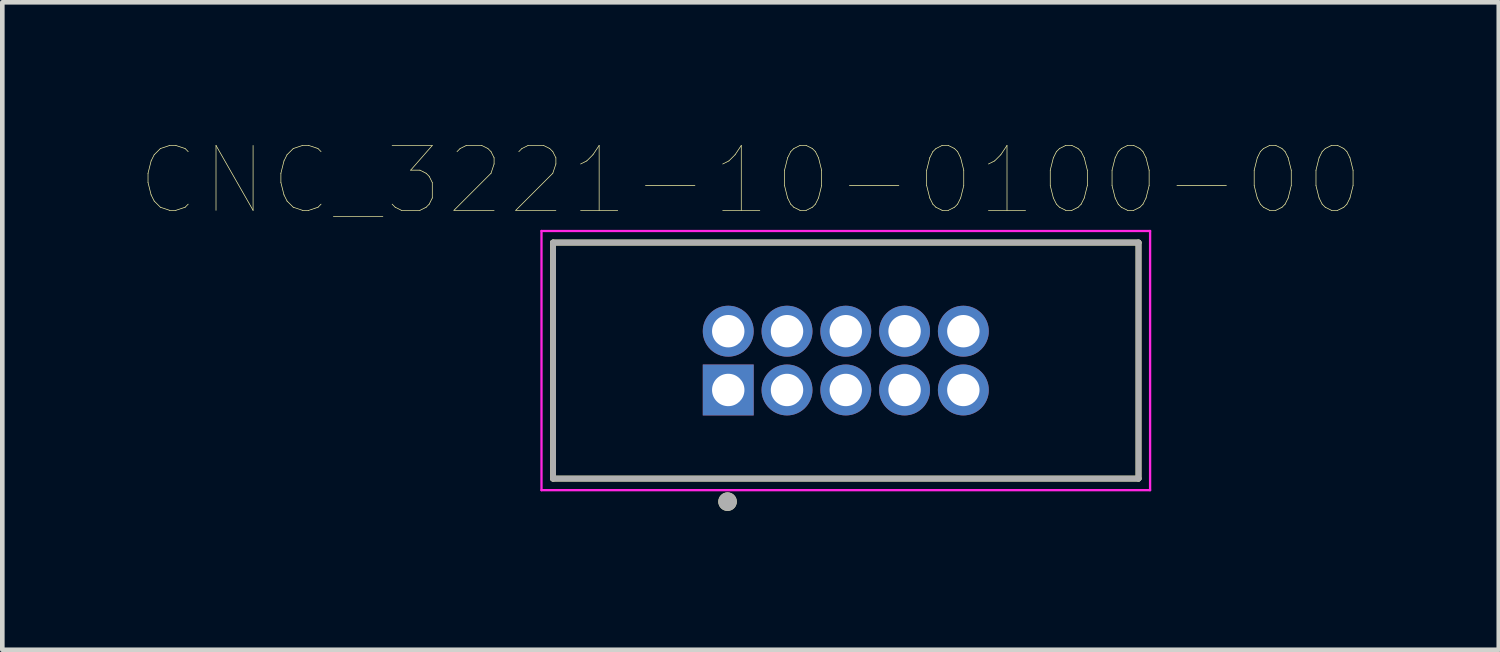
<source format=kicad_pcb>
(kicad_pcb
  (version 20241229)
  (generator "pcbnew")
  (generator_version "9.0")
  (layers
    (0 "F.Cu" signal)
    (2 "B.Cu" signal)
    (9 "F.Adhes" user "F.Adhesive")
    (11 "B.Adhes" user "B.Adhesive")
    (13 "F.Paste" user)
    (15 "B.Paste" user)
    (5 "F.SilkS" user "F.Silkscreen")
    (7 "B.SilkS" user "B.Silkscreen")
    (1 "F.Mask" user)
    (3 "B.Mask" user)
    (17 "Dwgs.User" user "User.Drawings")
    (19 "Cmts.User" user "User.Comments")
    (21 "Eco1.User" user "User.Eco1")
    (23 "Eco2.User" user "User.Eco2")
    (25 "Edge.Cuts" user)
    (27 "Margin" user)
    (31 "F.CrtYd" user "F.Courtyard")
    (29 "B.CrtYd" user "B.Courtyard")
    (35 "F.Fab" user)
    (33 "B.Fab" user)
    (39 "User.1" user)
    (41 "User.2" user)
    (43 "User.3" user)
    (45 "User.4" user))
  (footprint "CNC_3221-10-0100-00"
    (layer "F.Cu")
    (at 15.225 4.741)
    (property "Reference" "CNC_3221-10-0100-00" (at -2.058 -3.894 0) (layer "F.SilkS") (effects (font (size 1.402 1.402) (thickness 0.015))))
    (attr through_hole)
    (fp_line (start -6.325 -2.55) (end 6.325 -2.55) (stroke (width 0.127) (type solid)) (layer "F.SilkS"))
    (fp_line (start -6.325 2.55) (end -6.325 -2.55) (stroke (width 0.127) (type solid)) (layer "F.SilkS"))
    (fp_line (start 6.325 -2.55) (end 6.325 2.55) (stroke (width 0.127) (type solid)) (layer "F.SilkS"))
    (fp_line (start 6.325 2.55) (end -6.325 2.55) (stroke (width 0.127) (type solid)) (layer "F.SilkS"))
    (fp_circle (center -2.555 3.048) (end -2.455 3.048) (stroke (width 0.2) (type solid)) (fill no) (layer "F.SilkS"))
    (fp_line (start -6.575 -2.8) (end 6.575 -2.8) (stroke (width 0.05) (type solid)) (layer "F.CrtYd"))
    (fp_line (start -6.575 2.8) (end -6.575 -2.8) (stroke (width 0.05) (type solid)) (layer "F.CrtYd"))
    (fp_line (start 6.575 -2.8) (end 6.575 2.8) (stroke (width 0.05) (type solid)) (layer "F.CrtYd"))
    (fp_line (start 6.575 2.8) (end -6.575 2.8) (stroke (width 0.05) (type solid)) (layer "F.CrtYd"))
    (fp_line (start -6.325 -2.55) (end 6.325 -2.55) (stroke (width 0.127) (type solid)) (layer "F.Fab"))
    (fp_line (start -6.325 2.55) (end -6.325 -2.55) (stroke (width 0.127) (type solid)) (layer "F.Fab"))
    (fp_line (start 6.325 -2.55) (end 6.325 2.55) (stroke (width 0.127) (type solid)) (layer "F.Fab"))
    (fp_line (start 6.325 2.55) (end -6.325 2.55) (stroke (width 0.127) (type solid)) (layer "F.Fab"))
    (fp_circle (center -2.555 3.048) (end -2.455 3.048) (stroke (width 0.2) (type solid)) (fill no) (layer "F.Fab"))
    (pad "1" thru_hole rect (at -2.54 0.635) (size 1.1 1.1) (drill 0.7) (layers "*.Cu" "*.Mask"))
    (pad "2" thru_hole circle (at -2.54 -0.635) (size 1.1 1.1) (drill 0.7) (layers "*.Cu" "*.Mask"))
    (pad "3" thru_hole circle (at -1.27 0.635) (size 1.1 1.1) (drill 0.7) (layers "*.Cu" "*.Mask"))
    (pad "4" thru_hole circle (at -1.27 -0.635) (size 1.1 1.1) (drill 0.7) (layers "*.Cu" "*.Mask"))
    (pad "5" thru_hole circle (at 0 0.635) (size 1.1 1.1) (drill 0.7) (layers "*.Cu" "*.Mask"))
    (pad "6" thru_hole circle (at 0 -0.635) (size 1.1 1.1) (drill 0.7) (layers "*.Cu" "*.Mask"))
    (pad "7" thru_hole circle (at 1.27 0.635) (size 1.1 1.1) (drill 0.7) (layers "*.Cu" "*.Mask"))
    (pad "8" thru_hole circle (at 1.27 -0.635) (size 1.1 1.1) (drill 0.7) (layers "*.Cu" "*.Mask"))
    (pad "9" thru_hole circle (at 2.54 0.635) (size 1.1 1.1) (drill 0.7) (layers "*.Cu" "*.Mask"))
    (pad "10" thru_hole circle (at 2.54 -0.635) (size 1.1 1.1) (drill 0.7) (layers "*.Cu" "*.Mask")))
  (gr_rect
    (start -3 -3)
    (end 29.334 10.989)
    (stroke (width 0.1) (type default))
    (fill no)
    (layer "Edge.Cuts")))
</source>
